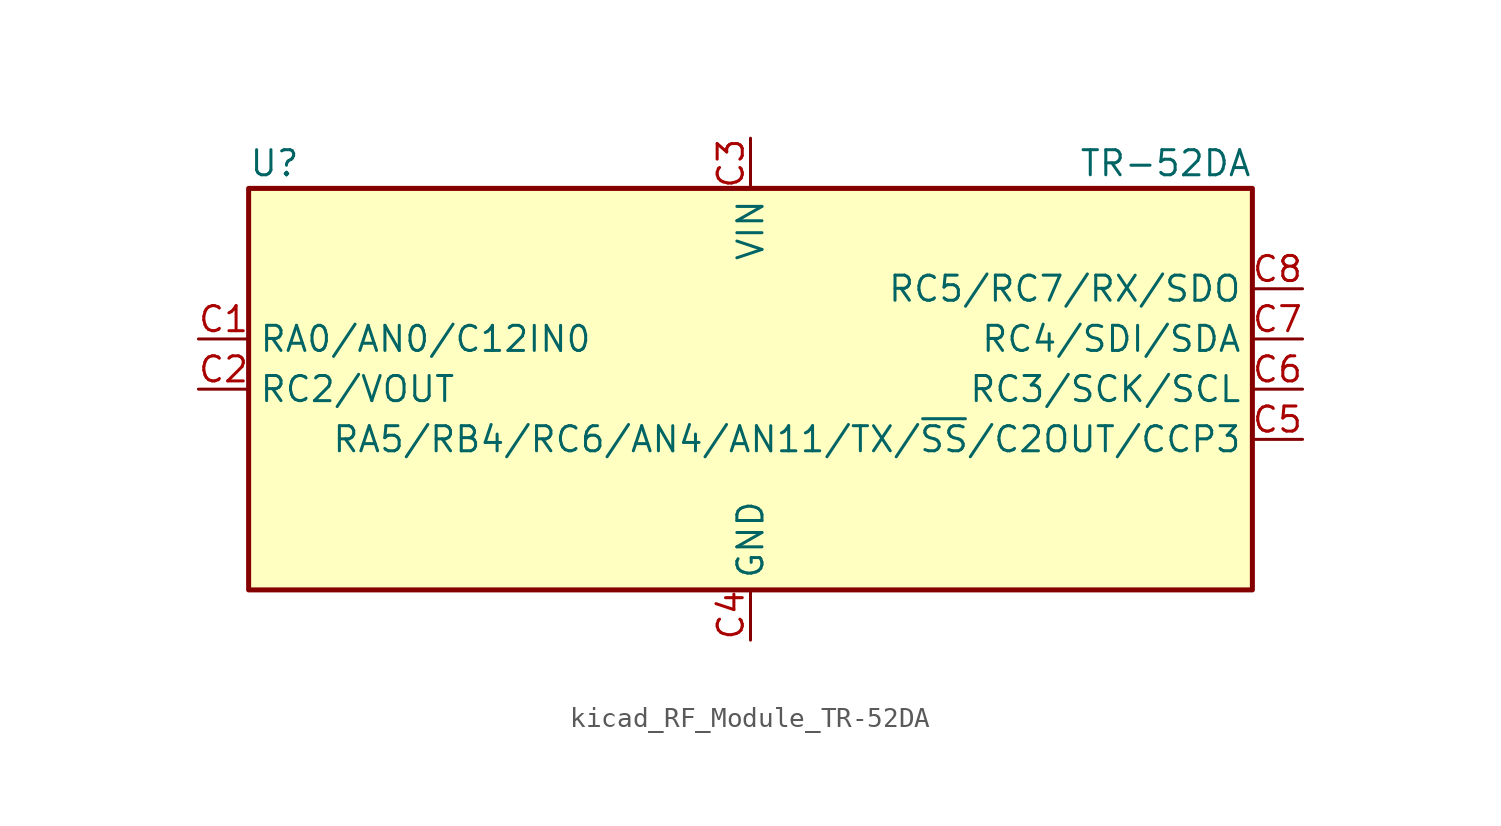
<source format=kicad_sym>
(kicad_symbol_lib
  (version 20220914)
  (generator kicad_symbol_editor)
  (symbol "kicad_RF_Module_TR-52DA"
    (property "Reference" "U"
      (at -25.4 11.43 0)
      (effects (font (size 1.27 1.27)) (justify left)))
    (property "Value" "TR-52DA"
      (at 25.4 11.43 0)
      (effects (font (size 1.27 1.27)) (justify right)))
    (symbol "kicad_RF_Module_TR-52DA_0_1"
      (rectangle (start -25.4 10.16) (end 25.4 -10.16) (stroke (width 0.254) (type default)) (fill (type background))))
    (symbol "kicad_RF_Module_TR-52DA_1_1"
      (pin bidirectional line (at -27.94 2.54 0) (length 2.54) (name "RA0/AN0/C12IN0" (effects (font (size 1.27 1.27)))) (number "C1" (effects (font (size 1.27 1.27)))))
      (pin bidirectional line (at -27.94 0 0) (length 2.54) (name "RC2/VOUT" (effects (font (size 1.27 1.27)))) (number "C2" (effects (font (size 1.27 1.27)))))
      (pin power_in line (at 0 12.7 270) (length 2.54) (name "VIN" (effects (font (size 1.27 1.27)))) (number "C3" (effects (font (size 1.27 1.27)))))
      (pin power_in line (at 0 -12.7 90) (length 2.54) (name "GND" (effects (font (size 1.27 1.27)))) (number "C4" (effects (font (size 1.27 1.27)))))
      (pin bidirectional line (at 27.94 -2.54 180) (length 2.54) (name "RA5/RB4/RC6/AN4/AN11/TX/~{SS}/C2OUT/CCP3" (effects (font (size 1.27 1.27)))) (number "C5" (effects (font (size 1.27 1.27)))))
      (pin bidirectional line (at 27.94 0 180) (length 2.54) (name "RC3/SCK/SCL" (effects (font (size 1.27 1.27)))) (number "C6" (effects (font (size 1.27 1.27)))))
      (pin bidirectional line (at 27.94 2.54 180) (length 2.54) (name "RC4/SDI/SDA" (effects (font (size 1.27 1.27)))) (number "C7" (effects (font (size 1.27 1.27)))))
      (pin bidirectional line (at 27.94 5.08 180) (length 2.54) (name "RC5/RC7/RX/SDO" (effects (font (size 1.27 1.27)))) (number "C8" (effects (font (size 1.27 1.27))))))))
</source>
